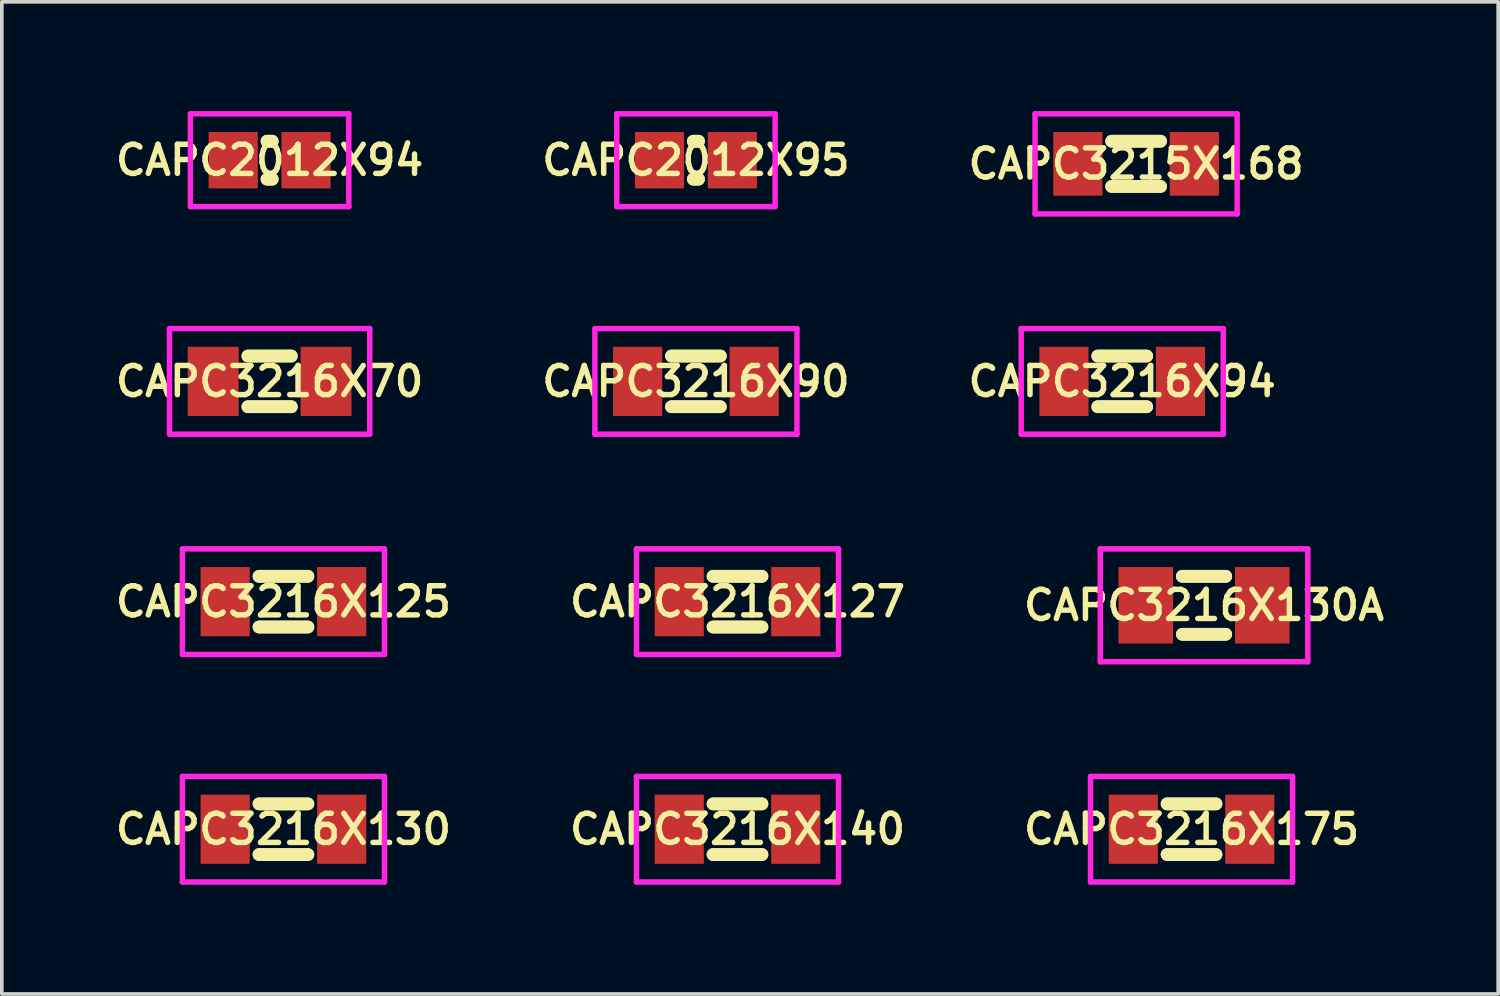
<source format=kicad_pcb>
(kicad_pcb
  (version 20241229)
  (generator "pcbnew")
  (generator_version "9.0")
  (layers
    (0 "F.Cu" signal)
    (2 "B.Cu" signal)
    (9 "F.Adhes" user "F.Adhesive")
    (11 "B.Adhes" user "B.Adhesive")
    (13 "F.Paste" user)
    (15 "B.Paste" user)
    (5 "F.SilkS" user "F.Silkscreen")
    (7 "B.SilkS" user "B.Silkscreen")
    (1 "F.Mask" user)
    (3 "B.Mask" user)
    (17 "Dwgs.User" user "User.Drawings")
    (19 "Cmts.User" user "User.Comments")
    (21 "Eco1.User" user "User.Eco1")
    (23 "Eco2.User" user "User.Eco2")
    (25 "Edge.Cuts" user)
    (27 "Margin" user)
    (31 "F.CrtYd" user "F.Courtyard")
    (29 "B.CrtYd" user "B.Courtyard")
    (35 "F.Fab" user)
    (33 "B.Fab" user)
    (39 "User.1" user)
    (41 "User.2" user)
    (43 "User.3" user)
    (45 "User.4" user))
  (footprint "CAPC3216X70"
    (layer "F.Cu")
    (at 4.355 7.425)
    (property "Reference" "CAPC3216X70" (at 0 0 0) (layer "F.SilkS") (effects (font (size 0.8 0.8) (thickness 0.15))))
    (attr smd)
    (fp_line (start -0.596 -0.696) (end 0.596 -0.696) (stroke (width 0.35) (type solid)) (layer "F.SilkS"))
    (fp_line (start -0.596 0.696) (end 0.596 0.696) (stroke (width 0.35) (type solid)) (layer "F.SilkS"))
    (fp_line (start 0.596 -0.696) (end -0.596 -0.696) (stroke (width 0.35) (type solid)) (layer "F.SilkS"))
    (fp_line (start 0.596 0.696) (end -0.596 0.696) (stroke (width 0.35) (type solid)) (layer "F.SilkS"))
    (fp_line (start -2.75 -1.45) (end 2.75 -1.45) (stroke (width 0.15) (type solid)) (layer "F.CrtYd"))
    (fp_line (start -2.75 1.45) (end -2.75 -1.45) (stroke (width 0.15) (type solid)) (layer "F.CrtYd"))
    (fp_line (start 2.75 -1.45) (end 2.75 1.45) (stroke (width 0.15) (type solid)) (layer "F.CrtYd"))
    (fp_line (start 2.75 1.45) (end -2.75 1.45) (stroke (width 0.15) (type solid)) (layer "F.CrtYd"))
    (pad "1" smd rect (at -1.55 0) (size 1.4 1.9) (layers "F.Cu" "F.Mask" "F.Paste"))
    (pad "2" smd rect (at 1.55 0) (size 1.4 1.9) (layers "F.Cu" "F.Mask" "F.Paste")))
  (footprint "CAPC3216X130A"
    (layer "F.Cu")
    (at 30.02 13.575)
    (property "Reference" "CAPC3216X130A" (at 0 0 0) (layer "F.SilkS") (effects (font (size 0.8 0.8) (thickness 0.15))))
    (attr smd)
    (fp_line (start -0.596 -0.796) (end 0.596 -0.796) (stroke (width 0.35) (type solid)) (layer "F.SilkS"))
    (fp_line (start -0.596 0.796) (end 0.596 0.796) (stroke (width 0.35) (type solid)) (layer "F.SilkS"))
    (fp_line (start 0.596 -0.796) (end -0.596 -0.796) (stroke (width 0.35) (type solid)) (layer "F.SilkS"))
    (fp_line (start 0.596 0.796) (end -0.596 0.796) (stroke (width 0.35) (type solid)) (layer "F.SilkS"))
    (fp_line (start -2.85 -1.55) (end 2.85 -1.55) (stroke (width 0.15) (type solid)) (layer "F.CrtYd"))
    (fp_line (start -2.85 1.55) (end -2.85 -1.55) (stroke (width 0.15) (type solid)) (layer "F.CrtYd"))
    (fp_line (start 2.85 -1.55) (end 2.85 1.55) (stroke (width 0.15) (type solid)) (layer "F.CrtYd"))
    (fp_line (start 2.85 1.55) (end -2.85 1.55) (stroke (width 0.15) (type solid)) (layer "F.CrtYd"))
    (pad "1" smd rect (at -1.6 0) (size 1.5 2.1) (layers "F.Cu" "F.Mask" "F.Paste"))
    (pad "2" smd rect (at 1.6 0) (size 1.5 2.1) (layers "F.Cu" "F.Mask" "F.Paste")))
  (footprint "CAPC3216X175"
    (layer "F.Cu")
    (at 29.677 19.725)
    (property "Reference" "CAPC3216X175" (at 0 0 0) (layer "F.SilkS") (effects (font (size 0.8 0.8) (thickness 0.15))))
    (attr smd)
    (fp_line (start -0.671 -0.696) (end 0.671 -0.696) (stroke (width 0.35) (type solid)) (layer "F.SilkS"))
    (fp_line (start -0.671 0.696) (end 0.671 0.696) (stroke (width 0.35) (type solid)) (layer "F.SilkS"))
    (fp_line (start 0.671 -0.696) (end -0.671 -0.696) (stroke (width 0.35) (type solid)) (layer "F.SilkS"))
    (fp_line (start 0.671 0.696) (end -0.671 0.696) (stroke (width 0.35) (type solid)) (layer "F.SilkS"))
    (fp_line (start -2.775 -1.45) (end 2.775 -1.45) (stroke (width 0.15) (type solid)) (layer "F.CrtYd"))
    (fp_line (start -2.775 1.45) (end -2.775 -1.45) (stroke (width 0.15) (type solid)) (layer "F.CrtYd"))
    (fp_line (start 2.775 -1.45) (end 2.775 1.45) (stroke (width 0.15) (type solid)) (layer "F.CrtYd"))
    (fp_line (start 2.775 1.45) (end -2.775 1.45) (stroke (width 0.15) (type solid)) (layer "F.CrtYd"))
    (pad "1" smd rect (at -1.6 0) (size 1.35 1.9) (layers "F.Cu" "F.Mask" "F.Paste"))
    (pad "2" smd rect (at 1.6 0) (size 1.35 1.9) (layers "F.Cu" "F.Mask" "F.Paste")))
  (footprint "CAPC3216X140"
    (layer "F.Cu")
    (at 17.206 19.725)
    (property "Reference" "CAPC3216X140" (at 0 0 0) (layer "F.SilkS") (effects (font (size 0.8 0.8) (thickness 0.15))))
    (attr smd)
    (fp_line (start -0.671 -0.696) (end 0.671 -0.696) (stroke (width 0.35) (type solid)) (layer "F.SilkS"))
    (fp_line (start -0.671 0.696) (end 0.671 0.696) (stroke (width 0.35) (type solid)) (layer "F.SilkS"))
    (fp_line (start 0.671 -0.696) (end -0.671 -0.696) (stroke (width 0.35) (type solid)) (layer "F.SilkS"))
    (fp_line (start 0.671 0.696) (end -0.671 0.696) (stroke (width 0.35) (type solid)) (layer "F.SilkS"))
    (fp_line (start -2.775 -1.45) (end 2.775 -1.45) (stroke (width 0.15) (type solid)) (layer "F.CrtYd"))
    (fp_line (start -2.775 1.45) (end -2.775 -1.45) (stroke (width 0.15) (type solid)) (layer "F.CrtYd"))
    (fp_line (start 2.775 -1.45) (end 2.775 1.45) (stroke (width 0.15) (type solid)) (layer "F.CrtYd"))
    (fp_line (start 2.775 1.45) (end -2.775 1.45) (stroke (width 0.15) (type solid)) (layer "F.CrtYd"))
    (pad "1" smd rect (at -1.6 0) (size 1.35 1.9) (layers "F.Cu" "F.Mask" "F.Paste"))
    (pad "2" smd rect (at 1.6 0) (size 1.35 1.9) (layers "F.Cu" "F.Mask" "F.Paste")))
  (footprint "CAPC3216X125"
    (layer "F.Cu")
    (at 4.735 13.475)
    (property "Reference" "CAPC3216X125" (at 0 0 0) (layer "F.SilkS") (effects (font (size 0.8 0.8) (thickness 0.15))))
    (attr smd)
    (fp_line (start -0.671 -0.696) (end 0.671 -0.696) (stroke (width 0.35) (type solid)) (layer "F.SilkS"))
    (fp_line (start -0.671 0.696) (end 0.671 0.696) (stroke (width 0.35) (type solid)) (layer "F.SilkS"))
    (fp_line (start 0.671 -0.696) (end -0.671 -0.696) (stroke (width 0.35) (type solid)) (layer "F.SilkS"))
    (fp_line (start 0.671 0.696) (end -0.671 0.696) (stroke (width 0.35) (type solid)) (layer "F.SilkS"))
    (fp_line (start -2.775 -1.45) (end 2.775 -1.45) (stroke (width 0.15) (type solid)) (layer "F.CrtYd"))
    (fp_line (start -2.775 1.45) (end -2.775 -1.45) (stroke (width 0.15) (type solid)) (layer "F.CrtYd"))
    (fp_line (start 2.775 -1.45) (end 2.775 1.45) (stroke (width 0.15) (type solid)) (layer "F.CrtYd"))
    (fp_line (start 2.775 1.45) (end -2.775 1.45) (stroke (width 0.15) (type solid)) (layer "F.CrtYd"))
    (pad "1" smd rect (at -1.6 0) (size 1.35 1.9) (layers "F.Cu" "F.Mask" "F.Paste"))
    (pad "2" smd rect (at 1.6 0) (size 1.35 1.9) (layers "F.Cu" "F.Mask" "F.Paste")))
  (footprint "CAPC3216X90"
    (layer "F.Cu")
    (at 16.064 7.425)
    (property "Reference" "CAPC3216X90" (at 0 0 0) (layer "F.SilkS") (effects (font (size 0.8 0.8) (thickness 0.15))))
    (attr smd)
    (fp_line (start -0.671 -0.696) (end 0.671 -0.696) (stroke (width 0.35) (type solid)) (layer "F.SilkS"))
    (fp_line (start -0.671 0.696) (end 0.671 0.696) (stroke (width 0.35) (type solid)) (layer "F.SilkS"))
    (fp_line (start 0.671 -0.696) (end -0.671 -0.696) (stroke (width 0.35) (type solid)) (layer "F.SilkS"))
    (fp_line (start 0.671 0.696) (end -0.671 0.696) (stroke (width 0.35) (type solid)) (layer "F.SilkS"))
    (fp_line (start -2.775 -1.45) (end 2.775 -1.45) (stroke (width 0.15) (type solid)) (layer "F.CrtYd"))
    (fp_line (start -2.775 1.45) (end -2.775 -1.45) (stroke (width 0.15) (type solid)) (layer "F.CrtYd"))
    (fp_line (start 2.775 -1.45) (end 2.775 1.45) (stroke (width 0.15) (type solid)) (layer "F.CrtYd"))
    (fp_line (start 2.775 1.45) (end -2.775 1.45) (stroke (width 0.15) (type solid)) (layer "F.CrtYd"))
    (pad "1" smd rect (at -1.6 0) (size 1.35 1.9) (layers "F.Cu" "F.Mask" "F.Paste"))
    (pad "2" smd rect (at 1.6 0) (size 1.35 1.9) (layers "F.Cu" "F.Mask" "F.Paste")))
  (footprint "CAPC3215X168"
    (layer "F.Cu")
    (at 28.154 1.45)
    (property "Reference" "CAPC3215X168" (at 0 0 0) (layer "F.SilkS") (effects (font (size 0.8 0.8) (thickness 0.15))))
    (attr smd)
    (fp_line (start -0.671 -0.621) (end 0.671 -0.621) (stroke (width 0.35) (type solid)) (layer "F.SilkS"))
    (fp_line (start -0.671 0.621) (end 0.671 0.621) (stroke (width 0.35) (type solid)) (layer "F.SilkS"))
    (fp_line (start 0.671 -0.621) (end -0.671 -0.621) (stroke (width 0.35) (type solid)) (layer "F.SilkS"))
    (fp_line (start 0.671 0.621) (end -0.671 0.621) (stroke (width 0.35) (type solid)) (layer "F.SilkS"))
    (fp_line (start -2.775 -1.375) (end 2.775 -1.375) (stroke (width 0.15) (type solid)) (layer "F.CrtYd"))
    (fp_line (start -2.775 1.375) (end -2.775 -1.375) (stroke (width 0.15) (type solid)) (layer "F.CrtYd"))
    (fp_line (start 2.775 -1.375) (end 2.775 1.375) (stroke (width 0.15) (type solid)) (layer "F.CrtYd"))
    (fp_line (start 2.775 1.375) (end -2.775 1.375) (stroke (width 0.15) (type solid)) (layer "F.CrtYd"))
    (pad "1" smd rect (at -1.6 0) (size 1.35 1.75) (layers "F.Cu" "F.Mask" "F.Paste"))
    (pad "2" smd rect (at 1.6 0) (size 1.35 1.75) (layers "F.Cu" "F.Mask" "F.Paste")))
  (footprint "CAPC3216X127"
    (layer "F.Cu")
    (at 17.206 13.475)
    (property "Reference" "CAPC3216X127" (at 0 0 0) (layer "F.SilkS") (effects (font (size 0.8 0.8) (thickness 0.15))))
    (attr smd)
    (fp_line (start -0.671 -0.696) (end 0.671 -0.696) (stroke (width 0.35) (type solid)) (layer "F.SilkS"))
    (fp_line (start -0.671 0.696) (end 0.671 0.696) (stroke (width 0.35) (type solid)) (layer "F.SilkS"))
    (fp_line (start 0.671 -0.696) (end -0.671 -0.696) (stroke (width 0.35) (type solid)) (layer "F.SilkS"))
    (fp_line (start 0.671 0.696) (end -0.671 0.696) (stroke (width 0.35) (type solid)) (layer "F.SilkS"))
    (fp_line (start -2.775 -1.45) (end 2.775 -1.45) (stroke (width 0.15) (type solid)) (layer "F.CrtYd"))
    (fp_line (start -2.775 1.45) (end -2.775 -1.45) (stroke (width 0.15) (type solid)) (layer "F.CrtYd"))
    (fp_line (start 2.775 -1.45) (end 2.775 1.45) (stroke (width 0.15) (type solid)) (layer "F.CrtYd"))
    (fp_line (start 2.775 1.45) (end -2.775 1.45) (stroke (width 0.15) (type solid)) (layer "F.CrtYd"))
    (pad "1" smd rect (at -1.6 0) (size 1.35 1.9) (layers "F.Cu" "F.Mask" "F.Paste"))
    (pad "2" smd rect (at 1.6 0) (size 1.35 1.9) (layers "F.Cu" "F.Mask" "F.Paste")))
  (footprint "CAPC3216X130"
    (layer "F.Cu")
    (at 4.735 19.725)
    (property "Reference" "CAPC3216X130" (at 0 0 0) (layer "F.SilkS") (effects (font (size 0.8 0.8) (thickness 0.15))))
    (attr smd)
    (fp_line (start -0.671 -0.696) (end 0.671 -0.696) (stroke (width 0.35) (type solid)) (layer "F.SilkS"))
    (fp_line (start -0.671 0.696) (end 0.671 0.696) (stroke (width 0.35) (type solid)) (layer "F.SilkS"))
    (fp_line (start 0.671 -0.696) (end -0.671 -0.696) (stroke (width 0.35) (type solid)) (layer "F.SilkS"))
    (fp_line (start 0.671 0.696) (end -0.671 0.696) (stroke (width 0.35) (type solid)) (layer "F.SilkS"))
    (fp_line (start -2.775 -1.45) (end 2.775 -1.45) (stroke (width 0.15) (type solid)) (layer "F.CrtYd"))
    (fp_line (start -2.775 1.45) (end -2.775 -1.45) (stroke (width 0.15) (type solid)) (layer "F.CrtYd"))
    (fp_line (start 2.775 -1.45) (end 2.775 1.45) (stroke (width 0.15) (type solid)) (layer "F.CrtYd"))
    (fp_line (start 2.775 1.45) (end -2.775 1.45) (stroke (width 0.15) (type solid)) (layer "F.CrtYd"))
    (pad "1" smd rect (at -1.6 0) (size 1.35 1.9) (layers "F.Cu" "F.Mask" "F.Paste"))
    (pad "2" smd rect (at 1.6 0) (size 1.35 1.9) (layers "F.Cu" "F.Mask" "F.Paste")))
  (footprint "CAPC2012X95"
    (layer "F.Cu")
    (at 16.064 1.35)
    (property "Reference" "CAPC2012X95" (at 0 0 0) (layer "F.SilkS") (effects (font (size 0.8 0.8) (thickness 0.15))))
    (attr smd)
    (fp_line (start -0.071 -0.521) (end 0.071 -0.521) (stroke (width 0.35) (type solid)) (layer "F.SilkS"))
    (fp_line (start -0.071 0.521) (end 0.071 0.521) (stroke (width 0.35) (type solid)) (layer "F.SilkS"))
    (fp_line (start 0.071 -0.521) (end -0.071 -0.521) (stroke (width 0.35) (type solid)) (layer "F.SilkS"))
    (fp_line (start 0.071 0.521) (end -0.071 0.521) (stroke (width 0.35) (type solid)) (layer "F.SilkS"))
    (fp_line (start -2.175 -1.275) (end 2.175 -1.275) (stroke (width 0.15) (type solid)) (layer "F.CrtYd"))
    (fp_line (start -2.175 1.275) (end -2.175 -1.275) (stroke (width 0.15) (type solid)) (layer "F.CrtYd"))
    (fp_line (start 2.175 -1.275) (end 2.175 1.275) (stroke (width 0.15) (type solid)) (layer "F.CrtYd"))
    (fp_line (start 2.175 1.275) (end -2.175 1.275) (stroke (width 0.15) (type solid)) (layer "F.CrtYd"))
    (pad "1" smd rect (at -1 0) (size 1.35 1.55) (layers "F.Cu" "F.Mask" "F.Paste"))
    (pad "2" smd rect (at 1 0) (size 1.35 1.55) (layers "F.Cu" "F.Mask" "F.Paste")))
  (footprint "CAPC2012X94"
    (layer "F.Cu")
    (at 4.355 1.35)
    (property "Reference" "CAPC2012X94" (at 0 0 0) (layer "F.SilkS") (effects (font (size 0.8 0.8) (thickness 0.15))))
    (attr smd)
    (fp_line (start -0.071 -0.521) (end 0.071 -0.521) (stroke (width 0.35) (type solid)) (layer "F.SilkS"))
    (fp_line (start -0.071 0.521) (end 0.071 0.521) (stroke (width 0.35) (type solid)) (layer "F.SilkS"))
    (fp_line (start 0.071 -0.521) (end -0.071 -0.521) (stroke (width 0.35) (type solid)) (layer "F.SilkS"))
    (fp_line (start 0.071 0.521) (end -0.071 0.521) (stroke (width 0.35) (type solid)) (layer "F.SilkS"))
    (fp_line (start -2.175 -1.275) (end 2.175 -1.275) (stroke (width 0.15) (type solid)) (layer "F.CrtYd"))
    (fp_line (start -2.175 1.275) (end -2.175 -1.275) (stroke (width 0.15) (type solid)) (layer "F.CrtYd"))
    (fp_line (start 2.175 -1.275) (end 2.175 1.275) (stroke (width 0.15) (type solid)) (layer "F.CrtYd"))
    (fp_line (start 2.175 1.275) (end -2.175 1.275) (stroke (width 0.15) (type solid)) (layer "F.CrtYd"))
    (pad "1" smd rect (at -1 0) (size 1.35 1.55) (layers "F.Cu" "F.Mask" "F.Paste"))
    (pad "2" smd rect (at 1 0) (size 1.35 1.55) (layers "F.Cu" "F.Mask" "F.Paste")))
  (footprint "CAPC3216X94"
    (layer "F.Cu")
    (at 27.773 7.425)
    (property "Reference" "CAPC3216X94" (at 0 0 0) (layer "F.SilkS") (effects (font (size 0.8 0.8) (thickness 0.15))))
    (attr smd)
    (fp_line (start -0.671 -0.696) (end 0.671 -0.696) (stroke (width 0.35) (type solid)) (layer "F.SilkS"))
    (fp_line (start -0.671 0.696) (end 0.671 0.696) (stroke (width 0.35) (type solid)) (layer "F.SilkS"))
    (fp_line (start 0.671 -0.696) (end -0.671 -0.696) (stroke (width 0.35) (type solid)) (layer "F.SilkS"))
    (fp_line (start 0.671 0.696) (end -0.671 0.696) (stroke (width 0.35) (type solid)) (layer "F.SilkS"))
    (fp_line (start -2.775 -1.45) (end 2.775 -1.45) (stroke (width 0.15) (type solid)) (layer "F.CrtYd"))
    (fp_line (start -2.775 1.45) (end -2.775 -1.45) (stroke (width 0.15) (type solid)) (layer "F.CrtYd"))
    (fp_line (start 2.775 -1.45) (end 2.775 1.45) (stroke (width 0.15) (type solid)) (layer "F.CrtYd"))
    (fp_line (start 2.775 1.45) (end -2.775 1.45) (stroke (width 0.15) (type solid)) (layer "F.CrtYd"))
    (pad "1" smd rect (at -1.6 0) (size 1.35 1.9) (layers "F.Cu" "F.Mask" "F.Paste"))
    (pad "2" smd rect (at 1.6 0) (size 1.35 1.9) (layers "F.Cu" "F.Mask" "F.Paste")))
  (gr_rect
    (start -3 -3)
    (end 38.099 24.25)
    (stroke (width 0.1) (type default))
    (fill no)
    (layer "Edge.Cuts")))
</source>
